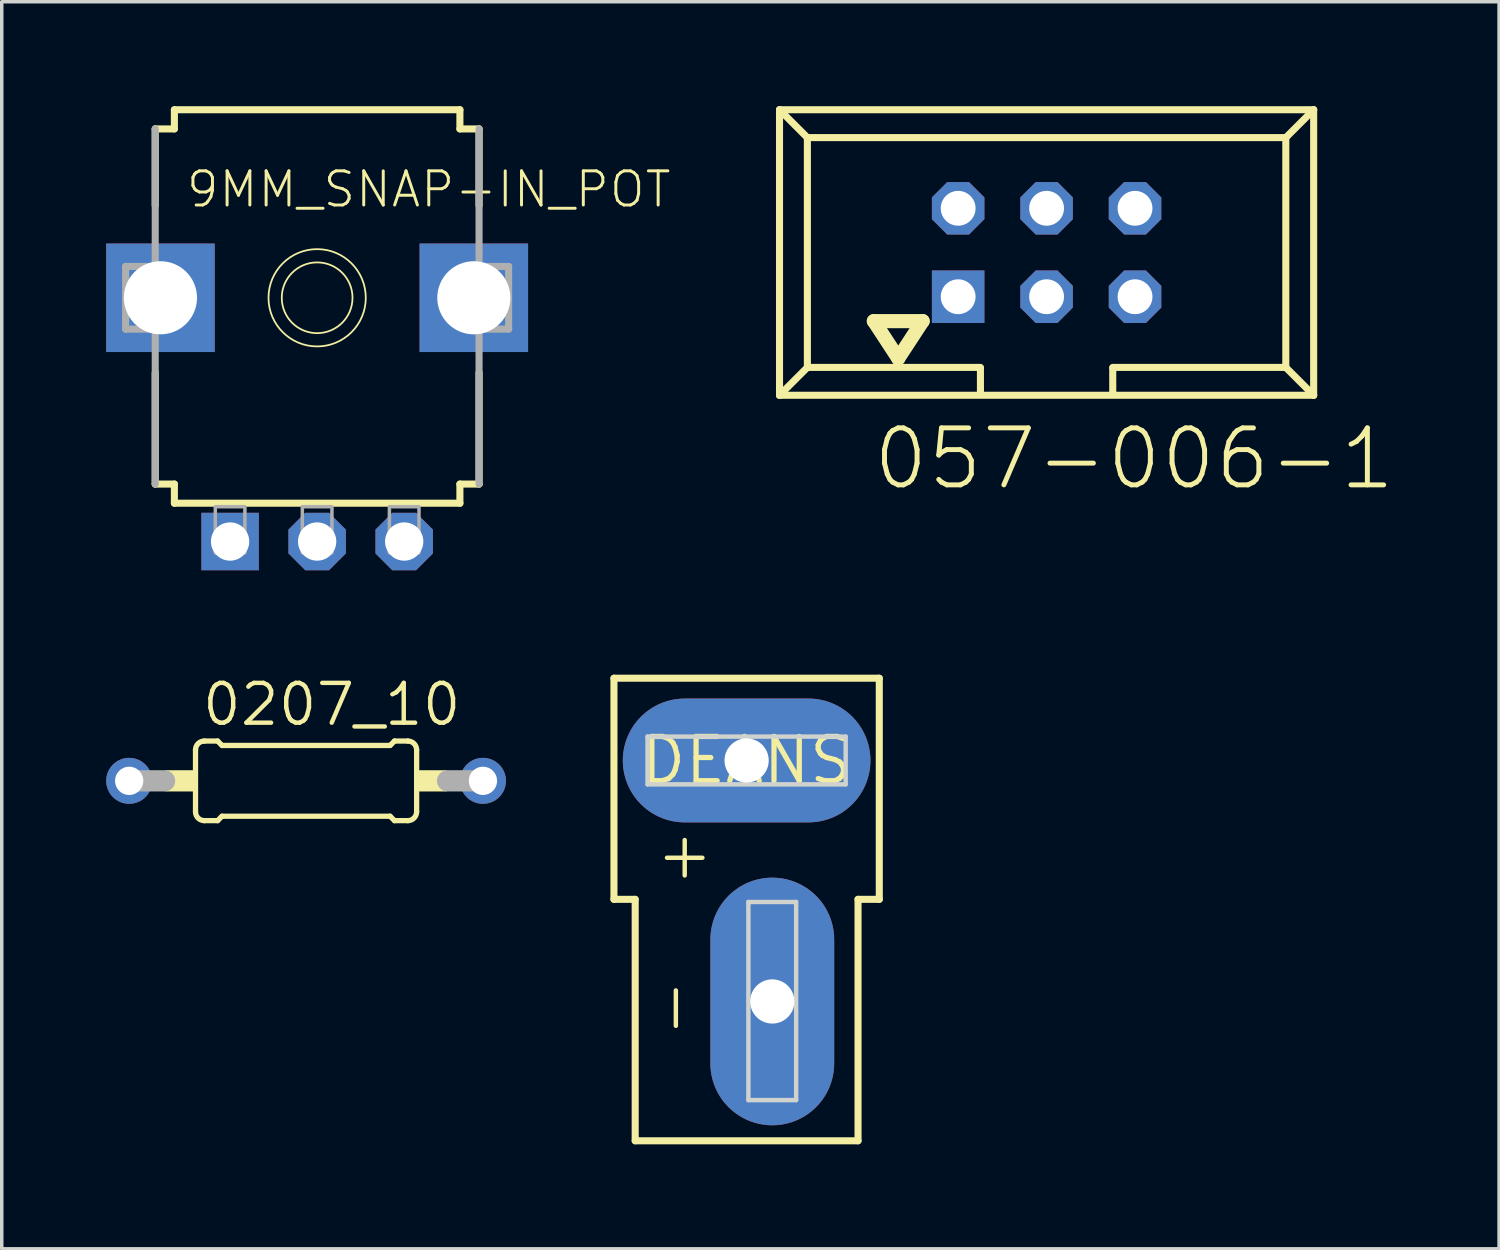
<source format=kicad_pcb>
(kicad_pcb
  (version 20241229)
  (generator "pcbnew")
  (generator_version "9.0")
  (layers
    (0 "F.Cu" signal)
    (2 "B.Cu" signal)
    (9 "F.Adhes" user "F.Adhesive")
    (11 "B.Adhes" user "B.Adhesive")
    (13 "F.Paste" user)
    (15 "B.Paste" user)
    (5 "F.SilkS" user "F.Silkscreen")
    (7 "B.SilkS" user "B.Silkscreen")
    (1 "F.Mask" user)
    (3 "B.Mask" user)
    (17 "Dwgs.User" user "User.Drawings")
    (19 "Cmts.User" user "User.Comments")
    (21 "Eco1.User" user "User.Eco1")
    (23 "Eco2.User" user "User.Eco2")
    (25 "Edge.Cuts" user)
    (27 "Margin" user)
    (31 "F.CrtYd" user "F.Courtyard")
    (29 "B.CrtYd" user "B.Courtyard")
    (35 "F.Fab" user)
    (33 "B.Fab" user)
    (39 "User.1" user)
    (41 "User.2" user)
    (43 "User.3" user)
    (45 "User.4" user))
  (footprint "057-006-1"
    (layer "F.Cu")
    (at 27.007 4.202)
    (property "Reference" "057-006-1" (at -5.06 6.88 0) (layer "F.SilkS") (effects (font (size 1.636 1.636) (thickness 0.142)) (justify left bottom)))
    (fp_line (start -7.67 -4.1) (end -6.87 -3.3) (stroke (width 0.203) (type solid)) (layer "F.SilkS"))
    (fp_line (start -7.67 4.1) (end -7.67 -4.1) (stroke (width 0.203) (type solid)) (layer "F.SilkS"))
    (fp_line (start -7.67 4.1) (end -6.87 3.3) (stroke (width 0.203) (type solid)) (layer "F.SilkS"))
    (fp_line (start -7.67 4.1) (end 7.67 4.1) (stroke (width 0.203) (type solid)) (layer "F.SilkS"))
    (fp_line (start -6.87 -3.3) (end 6.87 -3.3) (stroke (width 0.203) (type solid)) (layer "F.SilkS"))
    (fp_line (start -6.87 3.3) (end -6.87 -3.3) (stroke (width 0.203) (type solid)) (layer "F.SilkS"))
    (fp_line (start -4.96 1.97) (end -4.26 3.04) (stroke (width 0.406) (type solid)) (layer "F.SilkS"))
    (fp_line (start -4.26 3.04) (end -3.56 1.97) (stroke (width 0.406) (type solid)) (layer "F.SilkS"))
    (fp_line (start -3.56 1.97) (end -4.96 1.97) (stroke (width 0.406) (type solid)) (layer "F.SilkS"))
    (fp_line (start -1.9 3.3) (end -6.87 3.3) (stroke (width 0.203) (type solid)) (layer "F.SilkS"))
    (fp_line (start -1.9 3.32) (end -1.9 4.03) (stroke (width 0.203) (type solid)) (layer "F.SilkS"))
    (fp_line (start 1.9 3.32) (end 1.9 4.03) (stroke (width 0.203) (type solid)) (layer "F.SilkS"))
    (fp_line (start 6.87 -3.3) (end 6.87 3.3) (stroke (width 0.203) (type solid)) (layer "F.SilkS"))
    (fp_line (start 6.87 3.3) (end 1.9 3.3) (stroke (width 0.203) (type solid)) (layer "F.SilkS"))
    (fp_line (start 6.87 3.3) (end 7.67 4.1) (stroke (width 0.203) (type solid)) (layer "F.SilkS"))
    (fp_line (start 7.67 -4.1) (end -7.67 -4.1) (stroke (width 0.203) (type solid)) (layer "F.SilkS"))
    (fp_line (start 7.67 -4.1) (end 6.87 -3.3) (stroke (width 0.203) (type solid)) (layer "F.SilkS"))
    (fp_line (start 7.67 4.1) (end 7.67 -4.1) (stroke (width 0.203) (type solid)) (layer "F.SilkS"))
    (pad "1" thru_hole rect (at -2.54 1.27) (size 1.508 1.508) (drill 1) (layers "*.Cu" "*.Mask"))
    (pad "2" thru_hole roundrect (at -2.54 -1.27) (size 1.508 1.508) (drill 1) (layers "*.Cu" "*.Mask") (roundrect_rratio 0.25) (chamfer_ratio 0.293) (chamfer top_left top_right bottom_left bottom_right))
    (pad "3" thru_hole roundrect (at 0 1.27) (size 1.508 1.508) (drill 1) (layers "*.Cu" "*.Mask") (roundrect_rratio 0.25) (chamfer_ratio 0.293) (chamfer top_left top_right bottom_left bottom_right))
    (pad "4" thru_hole roundrect (at 0 -1.27) (size 1.508 1.508) (drill 1) (layers "*.Cu" "*.Mask") (roundrect_rratio 0.25) (chamfer_ratio 0.293) (chamfer top_left top_right bottom_left bottom_right))
    (pad "5" thru_hole roundrect (at 2.54 1.27) (size 1.508 1.508) (drill 1) (layers "*.Cu" "*.Mask") (roundrect_rratio 0.25) (chamfer_ratio 0.293) (chamfer top_left top_right bottom_left bottom_right))
    (pad "6" thru_hole roundrect (at 2.54 -1.27) (size 1.508 1.508) (drill 1) (layers "*.Cu" "*.Mask") (roundrect_rratio 0.25) (chamfer_ratio 0.293) (chamfer top_left top_right bottom_left bottom_right)))
  (footprint "9MM_SNAP-IN_POT"
    (layer "F.Cu")
    (at 6.058 5.502)
    (property "Reference" "9MM_SNAP-IN_POT" (at -3.81 -2.54 0) (layer "F.SilkS") (effects (font (size 0.981 0.981) (thickness 0.085)) (justify left bottom)))
    (fp_line (start -4.65 -2.65) (end -4.65 -4.85) (stroke (width 0.203) (type solid)) (layer "F.SilkS"))
    (fp_line (start -4.65 5.35) (end -4.65 2.15) (stroke (width 0.203) (type solid)) (layer "F.SilkS"))
    (fp_line (start -4.65 5.35) (end -4.1 5.35) (stroke (width 0.203) (type solid)) (layer "F.SilkS"))
    (fp_line (start -4.1 -5.4) (end -4.1 -4.85) (stroke (width 0.203) (type solid)) (layer "F.SilkS"))
    (fp_line (start -4.1 -5.4) (end 4.1 -5.4) (stroke (width 0.203) (type solid)) (layer "F.SilkS"))
    (fp_line (start -4.1 -4.85) (end -4.65 -4.85) (stroke (width 0.203) (type solid)) (layer "F.SilkS"))
    (fp_line (start -4.1 5.35) (end -4.1 5.9) (stroke (width 0.203) (type solid)) (layer "F.SilkS"))
    (fp_line (start 4.1 -4.85) (end 4.1 -5.4) (stroke (width 0.203) (type solid)) (layer "F.SilkS"))
    (fp_line (start 4.1 5.35) (end 4.65 5.35) (stroke (width 0.203) (type solid)) (layer "F.SilkS"))
    (fp_line (start 4.1 5.9) (end -4.1 5.9) (stroke (width 0.203) (type solid)) (layer "F.SilkS"))
    (fp_line (start 4.1 5.9) (end 4.1 5.35) (stroke (width 0.203) (type solid)) (layer "F.SilkS"))
    (fp_line (start 4.65 -4.85) (end 4.1 -4.85) (stroke (width 0.203) (type solid)) (layer "F.SilkS"))
    (fp_line (start 4.65 -4.85) (end 4.65 -2.65) (stroke (width 0.203) (type solid)) (layer "F.SilkS"))
    (fp_line (start 4.65 2.15) (end 4.65 5.35) (stroke (width 0.203) (type solid)) (layer "F.SilkS"))
    (fp_circle (center 0 0) (end 1.016 0) (stroke (width 0.051) (type solid)) (fill no) (layer "F.SilkS"))
    (fp_circle (center 0 0) (end 1.397 0) (stroke (width 0.051) (type solid)) (fill no) (layer "F.SilkS"))
    (fp_line (start -5.5 -0.9) (end -5.5 0.9) (stroke (width 0.203) (type solid)) (layer "F.Fab"))
    (fp_line (start -5.5 0.9) (end -4.75 0.9) (stroke (width 0.203) (type solid)) (layer "F.Fab"))
    (fp_line (start -4.75 -0.9) (end -5.5 -0.9) (stroke (width 0.203) (type solid)) (layer "F.Fab"))
    (fp_line (start -4.65 5.35) (end -4.65 -4.85) (stroke (width 0.203) (type solid)) (layer "F.Fab"))
    (fp_line (start 4.65 -4.85) (end 4.65 5.35) (stroke (width 0.203) (type solid)) (layer "F.Fab"))
    (fp_line (start 4.75 0.9) (end 5.5 0.9) (stroke (width 0.203) (type solid)) (layer "F.Fab"))
    (fp_line (start 5.5 -0.9) (end 4.75 -0.9) (stroke (width 0.203) (type solid)) (layer "F.Fab"))
    (fp_line (start 5.5 0.9) (end 5.5 -0.9) (stroke (width 0.203) (type solid)) (layer "F.Fab"))
    (fp_poly (pts (xy -2.925 7.325) (xy -2.075 7.325) (xy -2.075 6) (xy -2.925 6)) (stroke (width 0.1) (type solid)) (fill no) (layer "F.Fab"))
    (fp_poly (pts (xy -0.425 7.325) (xy 0.425 7.325) (xy 0.425 6) (xy -0.425 6)) (stroke (width 0.1) (type solid)) (fill no) (layer "F.Fab"))
    (fp_poly (pts (xy 2.075 7.325) (xy 2.925 7.325) (xy 2.925 6) (xy 2.075 6)) (stroke (width 0.1) (type solid)) (fill no) (layer "F.Fab"))
    (pad "1" thru_hole rect (at -2.5 7 270) (size 1.65 1.65) (drill 1.1) (layers "*.Cu" "*.Mask"))
    (pad "2" thru_hole roundrect (at 0 7 270) (size 1.65 1.65) (drill 1.1) (layers "*.Cu" "*.Mask") (roundrect_rratio 0.25) (chamfer_ratio 0.293) (chamfer top_left top_right bottom_left bottom_right))
    (pad "3" thru_hole roundrect (at 2.5 7 270) (size 1.65 1.65) (drill 1.1) (layers "*.Cu" "*.Mask") (roundrect_rratio 0.25) (chamfer_ratio 0.293) (chamfer top_left top_right bottom_left bottom_right))
    (pad "CHASSIS1" thru_hole rect (at -4.5 0 270) (size 3.116 3.116) (drill 2.1) (layers "*.Cu" "*.Mask"))
    (pad "CHASSIS2" thru_hole rect (at 4.5 0 270) (size 3.116 3.116) (drill 2.1) (layers "*.Cu" "*.Mask")))
  (footprint "0207_10"
    (layer "F.Cu")
    (at 5.74 19.375)
    (property "Reference" "0207_10" (at -3.048 -1.524 0) (layer "F.SilkS") (effects (font (size 1.143 1.143) (thickness 0.127)) (justify left bottom)))
    (fp_line (start -3.175 0.889) (end -3.175 -0.889) (stroke (width 0.152) (type solid)) (layer "F.SilkS"))
    (fp_line (start -2.921 -1.143) (end -2.54 -1.143) (stroke (width 0.152) (type solid)) (layer "F.SilkS"))
    (fp_line (start -2.921 1.143) (end -2.54 1.143) (stroke (width 0.152) (type solid)) (layer "F.SilkS"))
    (fp_line (start -2.413 -1.016) (end -2.54 -1.143) (stroke (width 0.152) (type solid)) (layer "F.SilkS"))
    (fp_line (start -2.413 1.016) (end -2.54 1.143) (stroke (width 0.152) (type solid)) (layer "F.SilkS"))
    (fp_line (start 2.413 -1.016) (end -2.413 -1.016) (stroke (width 0.152) (type solid)) (layer "F.SilkS"))
    (fp_line (start 2.413 -1.016) (end 2.54 -1.143) (stroke (width 0.152) (type solid)) (layer "F.SilkS"))
    (fp_line (start 2.413 1.016) (end -2.413 1.016) (stroke (width 0.152) (type solid)) (layer "F.SilkS"))
    (fp_line (start 2.413 1.016) (end 2.54 1.143) (stroke (width 0.152) (type solid)) (layer "F.SilkS"))
    (fp_line (start 2.921 -1.143) (end 2.54 -1.143) (stroke (width 0.152) (type solid)) (layer "F.SilkS"))
    (fp_line (start 2.921 1.143) (end 2.54 1.143) (stroke (width 0.152) (type solid)) (layer "F.SilkS"))
    (fp_line (start 3.175 0.889) (end 3.175 -0.889) (stroke (width 0.152) (type solid)) (layer "F.SilkS"))
    (fp_arc (start -3.175 -0.889) (mid -3.100605 -1.068605) (end -2.921 -1.143) (stroke (width 0.1524) (type solid)) (layer "F.SilkS"))
    (fp_arc (start -2.921 1.143) (mid -3.100605 1.068605) (end -3.175 0.889) (stroke (width 0.1524) (type solid)) (layer "F.SilkS"))
    (fp_arc (start 2.921 -1.143) (mid 3.100605 -1.068605) (end 3.175 -0.889) (stroke (width 0.1524) (type solid)) (layer "F.SilkS"))
    (fp_arc (start 3.175 0.889) (mid 3.100605 1.068605) (end 2.921 1.143) (stroke (width 0.1524) (type solid)) (layer "F.SilkS"))
    (fp_poly (pts (xy -4.039 0.305) (xy -3.175 0.305) (xy -3.175 -0.305) (xy -4.039 -0.305)) (stroke (width 0) (type solid)) (fill yes) (layer "F.SilkS"))
    (fp_poly (pts (xy 3.175 0.305) (xy 4.039 0.305) (xy 4.039 -0.305) (xy 3.175 -0.305)) (stroke (width 0) (type solid)) (fill yes) (layer "F.SilkS"))
    (fp_line (start -5.08 0) (end -4.064 0) (stroke (width 0.61) (type solid)) (layer "F.Fab"))
    (fp_line (start 5.08 0) (end 4.064 0) (stroke (width 0.61) (type solid)) (layer "F.Fab"))
    (pad "1" thru_hole circle (at -5.08 0) (size 1.321 1.321) (drill 0.813) (layers "*.Cu" "*.Mask"))
    (pad "2" thru_hole circle (at 5.08 0) (size 1.321 1.321) (drill 0.813) (layers "*.Cu" "*.Mask")))
  (footprint "DEANS"
    (layer "F.Cu")
    (at 18.392 18.79)
    (property "Reference" "DEANS" (at 0 0 0) (layer "F.SilkS") (effects (font (size 1.27 1.27) (thickness 0.15))))
    (fp_line (start -3.81 -2.362) (end 3.81 -2.362) (stroke (width 0.203) (type solid)) (layer "F.SilkS"))
    (fp_line (start -3.81 3.988) (end -3.81 -2.362) (stroke (width 0.203) (type solid)) (layer "F.SilkS"))
    (fp_line (start -3.81 3.988) (end -3.2 3.988) (stroke (width 0.203) (type solid)) (layer "F.SilkS"))
    (fp_line (start -3.2 10.922) (end -3.2 3.988) (stroke (width 0.203) (type solid)) (layer "F.SilkS"))
    (fp_line (start -3.2 10.922) (end 3.2 10.922) (stroke (width 0.203) (type solid)) (layer "F.SilkS"))
    (fp_line (start -2.286 2.794) (end -1.27 2.794) (stroke (width 0.127) (type solid)) (layer "F.SilkS"))
    (fp_line (start -2.032 7.62) (end -2.032 6.604) (stroke (width 0.127) (type solid)) (layer "F.SilkS"))
    (fp_line (start -1.778 2.286) (end -1.778 3.302) (stroke (width 0.127) (type solid)) (layer "F.SilkS"))
    (fp_line (start 3.2 3.988) (end 3.81 3.988) (stroke (width 0.203) (type solid)) (layer "F.SilkS"))
    (fp_line (start 3.2 10.922) (end 3.2 3.988) (stroke (width 0.203) (type solid)) (layer "F.SilkS"))
    (fp_line (start 3.81 3.988) (end 3.81 -2.362) (stroke (width 0.203) (type solid)) (layer "F.SilkS"))
    (fp_line (start -2.845 -0.686) (end 2.845 -0.686) (stroke (width 0.127) (type solid)) (layer "Edge.Cuts"))
    (fp_line (start -2.845 0.686) (end -2.845 -0.686) (stroke (width 0.127) (type solid)) (layer "Edge.Cuts"))
    (fp_line (start 0.051 4.064) (end 1.422 4.064) (stroke (width 0.127) (type solid)) (layer "Edge.Cuts"))
    (fp_line (start 0.051 9.754) (end 0.051 4.064) (stroke (width 0.127) (type solid)) (layer "Edge.Cuts"))
    (fp_line (start 0.051 9.754) (end 1.422 9.754) (stroke (width 0.127) (type solid)) (layer "Edge.Cuts"))
    (fp_line (start 1.422 4.064) (end 1.422 9.754) (stroke (width 0.127) (type solid)) (layer "Edge.Cuts"))
    (fp_line (start 2.845 0.686) (end -2.845 0.686) (stroke (width 0.127) (type solid)) (layer "Edge.Cuts"))
    (fp_line (start 2.845 0.686) (end 2.845 -0.686) (stroke (width 0.127) (type solid)) (layer "Edge.Cuts"))
    (pad "1" thru_hole oval (at 0 0) (size 7.112 3.556) (drill 1.27) (layers "*.Cu" "*.Mask"))
    (pad "2" thru_hole oval (at 0.737 6.921 90) (size 7.112 3.556) (drill 1.27) (layers "*.Cu" "*.Mask")))
  (gr_rect
    (start -3 -3)
    (end 40.002 32.814)
    (stroke (width 0.1) (type default))
    (fill no)
    (layer "Edge.Cuts")))
</source>
